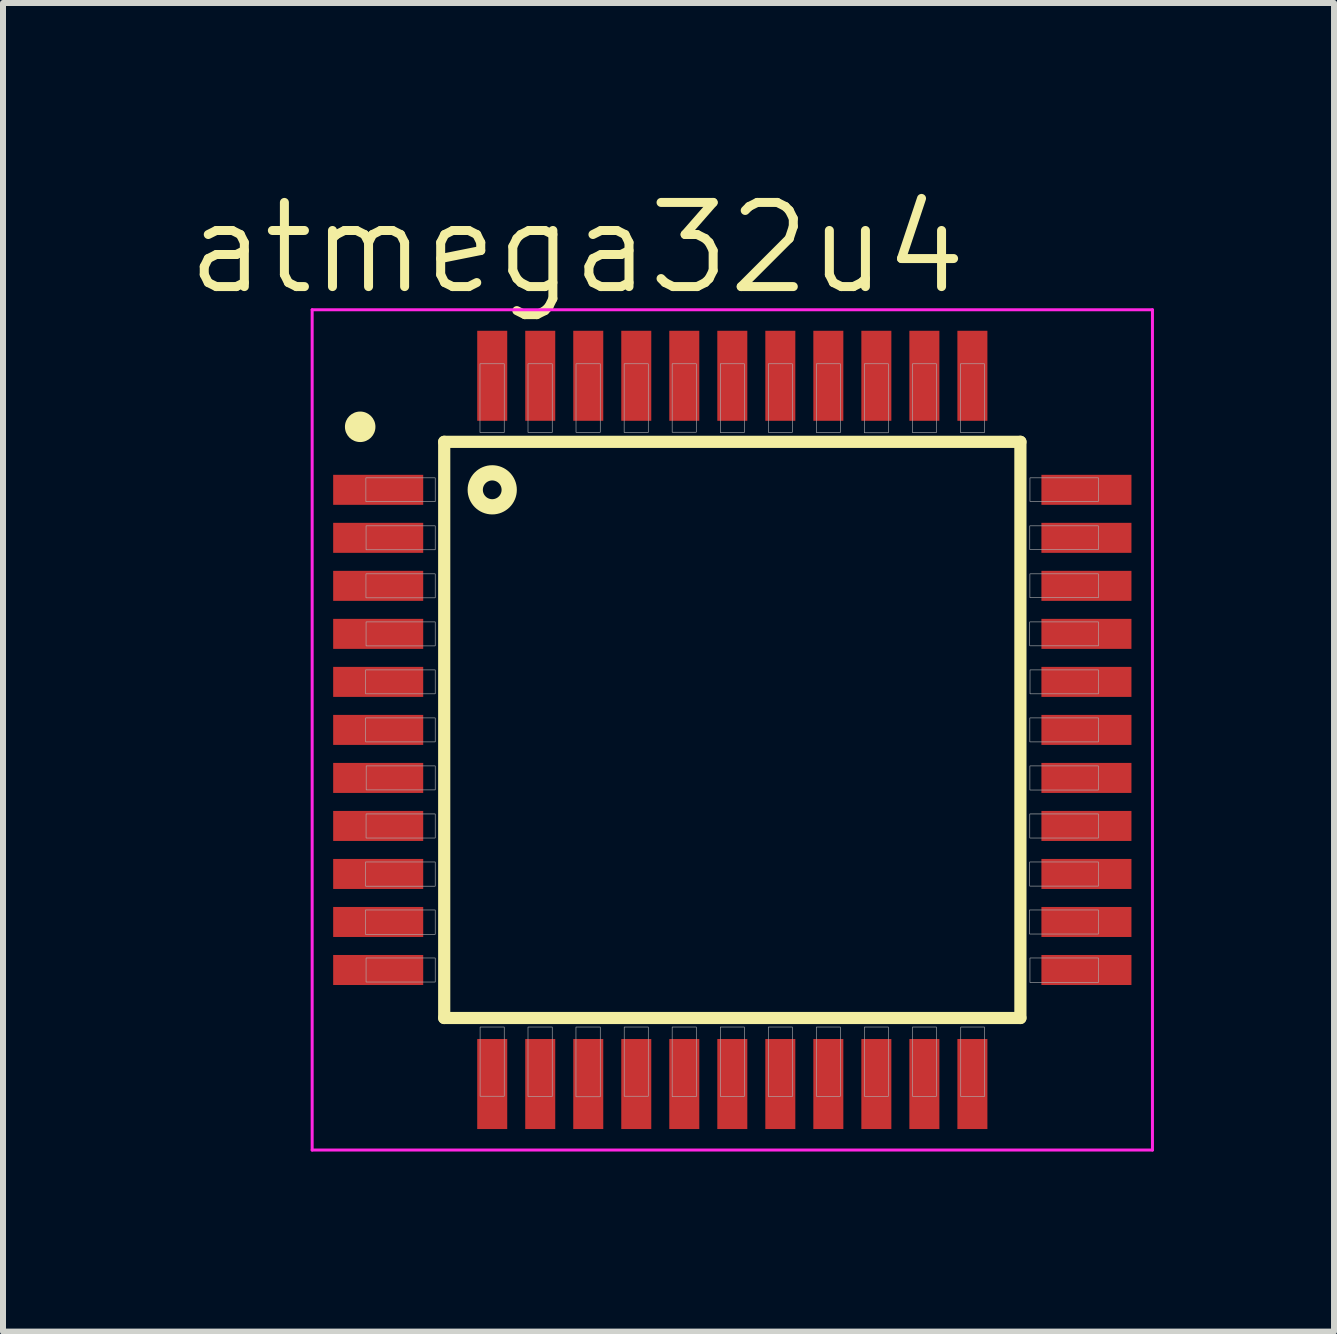
<source format=kicad_pcb>
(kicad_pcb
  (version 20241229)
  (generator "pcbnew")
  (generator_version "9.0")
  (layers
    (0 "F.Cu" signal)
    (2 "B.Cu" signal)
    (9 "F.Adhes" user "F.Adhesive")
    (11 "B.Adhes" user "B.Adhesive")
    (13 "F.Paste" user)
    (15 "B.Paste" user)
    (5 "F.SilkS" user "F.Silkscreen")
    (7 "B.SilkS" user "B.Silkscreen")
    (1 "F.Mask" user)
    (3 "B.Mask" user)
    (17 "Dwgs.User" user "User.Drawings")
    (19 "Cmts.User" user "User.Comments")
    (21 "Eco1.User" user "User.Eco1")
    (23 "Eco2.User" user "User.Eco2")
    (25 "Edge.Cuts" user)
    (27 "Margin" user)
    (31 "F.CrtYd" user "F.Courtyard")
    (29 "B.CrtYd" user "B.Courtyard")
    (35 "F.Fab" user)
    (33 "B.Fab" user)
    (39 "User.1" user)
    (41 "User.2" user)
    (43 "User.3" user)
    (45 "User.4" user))
  (footprint "atmega32u4"
    (layer "F.Cu")
    (at 9.151 9.111)
    (property "Reference" "atmega32u4" (at -2.589 -8.027 0) (layer "F.SilkS") (effects (font (size 1.402 1.402) (thickness 0.15))))
    (attr smd)
    (fp_line (start -4.8 -4.8) (end 4.8 -4.8) (stroke (width 0.203) (type solid)) (layer "F.SilkS"))
    (fp_line (start -4.8 4.8) (end -4.8 -4.8) (stroke (width 0.203) (type solid)) (layer "F.SilkS"))
    (fp_line (start 4.8 -4.8) (end 4.8 4.8) (stroke (width 0.203) (type solid)) (layer "F.SilkS"))
    (fp_line (start 4.8 4.8) (end -4.8 4.8) (stroke (width 0.203) (type solid)) (layer "F.SilkS"))
    (fp_circle (center -6.2 -5.05) (end -5.946 -5.05) (stroke (width 0) (type solid)) (fill yes) (layer "F.SilkS"))
    (fp_circle (center -4 -4) (end -3.717 -4) (stroke (width 0.254) (type solid)) (fill no) (layer "F.SilkS"))
    (fp_line (start -7 -7) (end 7 -7) (stroke (width 0.05) (type solid)) (layer "F.CrtYd"))
    (fp_line (start -7 7) (end -7 -7) (stroke (width 0.05) (type solid)) (layer "F.CrtYd"))
    (fp_line (start 7 -7) (end 7 7) (stroke (width 0.05) (type solid)) (layer "F.CrtYd"))
    (fp_line (start 7 7) (end -7 7) (stroke (width 0.05) (type solid)) (layer "F.CrtYd"))
    (fp_poly (pts (xy -6.112 3) (xy -4.95 3) (xy -4.95 3.407) (xy -6.112 3.407)) (stroke (width 0.01) (type solid)) (fill no) (layer "F.Fab"))
    (fp_poly (pts (xy -6.11 2.2) (xy -4.95 2.2) (xy -4.95 2.604) (xy -6.11 2.604)) (stroke (width 0.01) (type solid)) (fill no) (layer "F.Fab"))
    (fp_poly (pts (xy -6.109 -1) (xy -4.95 -1) (xy -4.95 -0.601) (xy -6.109 -0.601)) (stroke (width 0.01) (type solid)) (fill no) (layer "F.Fab"))
    (fp_poly (pts (xy -6.109 -0.2) (xy -4.95 -0.2) (xy -4.95 0.2) (xy -6.109 0.2)) (stroke (width 0.01) (type solid)) (fill no) (layer "F.Fab"))
    (fp_poly (pts (xy -6.105 -4.2) (xy -4.95 -4.2) (xy -4.95 -3.803) (xy -6.105 -3.803)) (stroke (width 0.01) (type solid)) (fill no) (layer "F.Fab"))
    (fp_poly (pts (xy -6.104 -2.6) (xy -4.95 -2.6) (xy -4.95 -2.201) (xy -6.104 -2.201)) (stroke (width 0.01) (type solid)) (fill no) (layer "F.Fab"))
    (fp_poly (pts (xy -6.102 1.4) (xy -4.95 1.4) (xy -4.95 1.801) (xy -6.102 1.801)) (stroke (width 0.01) (type solid)) (fill no) (layer "F.Fab"))
    (fp_poly (pts (xy -6.102 -1.8) (xy -4.95 -1.8) (xy -4.95 -1.4) (xy -6.102 -1.4)) (stroke (width 0.01) (type solid)) (fill no) (layer "F.Fab"))
    (fp_poly (pts (xy -6.102 3.8) (xy -4.95 3.8) (xy -4.95 4.201) (xy -6.102 4.201)) (stroke (width 0.01) (type solid)) (fill no) (layer "F.Fab"))
    (fp_poly (pts (xy -6.102 -3.4) (xy -4.95 -3.4) (xy -4.95 -3.001) (xy -6.102 -3.001)) (stroke (width 0.01) (type solid)) (fill no) (layer "F.Fab"))
    (fp_poly (pts (xy -6.1 0.6) (xy -4.95 0.6) (xy -4.95 1) (xy -6.1 1)) (stroke (width 0.01) (type solid)) (fill no) (layer "F.Fab"))
    (fp_poly (pts (xy -4.204 -6.1) (xy -3.8 -6.1) (xy -3.8 -4.955) (xy -4.204 -4.955)) (stroke (width 0.01) (type solid)) (fill no) (layer "F.Fab"))
    (fp_poly (pts (xy -4.202 4.95) (xy -3.8 4.95) (xy -3.8 6.103) (xy -4.202 6.103)) (stroke (width 0.01) (type solid)) (fill no) (layer "F.Fab"))
    (fp_poly (pts (xy -3.404 -6.1) (xy -3 -6.1) (xy -3 -4.956) (xy -3.404 -4.956)) (stroke (width 0.01) (type solid)) (fill no) (layer "F.Fab"))
    (fp_poly (pts (xy -3.404 4.95) (xy -3 4.95) (xy -3 6.107) (xy -3.404 6.107)) (stroke (width 0.01) (type solid)) (fill no) (layer "F.Fab"))
    (fp_poly (pts (xy -2.605 4.95) (xy -2.2 4.95) (xy -2.2 6.112) (xy -2.605 6.112)) (stroke (width 0.01) (type solid)) (fill no) (layer "F.Fab"))
    (fp_poly (pts (xy -2.604 -6.1) (xy -2.2 -6.1) (xy -2.2 -4.958) (xy -2.604 -4.958)) (stroke (width 0.01) (type solid)) (fill no) (layer "F.Fab"))
    (fp_poly (pts (xy -1.802 -6.1) (xy -1.4 -6.1) (xy -1.4 -4.956) (xy -1.802 -4.956)) (stroke (width 0.01) (type solid)) (fill no) (layer "F.Fab"))
    (fp_poly (pts (xy -1.801 4.95) (xy -1.4 4.95) (xy -1.4 6.103) (xy -1.801 6.103)) (stroke (width 0.01) (type solid)) (fill no) (layer "F.Fab"))
    (fp_poly (pts (xy -1.002 -6.1) (xy -0.6 -6.1) (xy -0.6 -4.959) (xy -1.002 -4.959)) (stroke (width 0.01) (type solid)) (fill no) (layer "F.Fab"))
    (fp_poly (pts (xy -1.002 4.95) (xy -0.6 4.95) (xy -0.6 6.11) (xy -1.002 6.11)) (stroke (width 0.01) (type solid)) (fill no) (layer "F.Fab"))
    (fp_poly (pts (xy -0.2 4.95) (xy 0.2 4.95) (xy 0.2 6.106) (xy -0.2 6.106)) (stroke (width 0.01) (type solid)) (fill no) (layer "F.Fab"))
    (fp_poly (pts (xy -0.2 -6.1) (xy 0.2 -6.1) (xy 0.2 -4.954) (xy -0.2 -4.954)) (stroke (width 0.01) (type solid)) (fill no) (layer "F.Fab"))
    (fp_poly (pts (xy 0.601 4.95) (xy 1 4.95) (xy 1 6.109) (xy 0.601 6.109)) (stroke (width 0.01) (type solid)) (fill no) (layer "F.Fab"))
    (fp_poly (pts (xy 0.601 -6.1) (xy 1 -6.1) (xy 1 -4.957) (xy 0.601 -4.957)) (stroke (width 0.01) (type solid)) (fill no) (layer "F.Fab"))
    (fp_poly (pts (xy 1.401 4.95) (xy 1.8 4.95) (xy 1.8 6.104) (xy 1.401 6.104)) (stroke (width 0.01) (type solid)) (fill no) (layer "F.Fab"))
    (fp_poly (pts (xy 1.401 -6.1) (xy 1.8 -6.1) (xy 1.8 -4.954) (xy 1.401 -4.954)) (stroke (width 0.01) (type solid)) (fill no) (layer "F.Fab"))
    (fp_poly (pts (xy 2.2 -6.1) (xy 2.6 -6.1) (xy 2.6 -4.951) (xy 2.2 -4.951)) (stroke (width 0.01) (type solid)) (fill no) (layer "F.Fab"))
    (fp_poly (pts (xy 2.201 4.95) (xy 2.6 4.95) (xy 2.6 6.104) (xy 2.201 6.104)) (stroke (width 0.01) (type solid)) (fill no) (layer "F.Fab"))
    (fp_poly (pts (xy 3.002 -6.1) (xy 3.4 -6.1) (xy 3.4 -4.953) (xy 3.002 -4.953)) (stroke (width 0.01) (type solid)) (fill no) (layer "F.Fab"))
    (fp_poly (pts (xy 3.003 4.95) (xy 3.4 4.95) (xy 3.4 6.106) (xy 3.003 6.106)) (stroke (width 0.01) (type solid)) (fill no) (layer "F.Fab"))
    (fp_poly (pts (xy 3.802 -6.1) (xy 4.2 -6.1) (xy 4.2 -4.953) (xy 3.802 -4.953)) (stroke (width 0.01) (type solid)) (fill no) (layer "F.Fab"))
    (fp_poly (pts (xy 3.806 4.95) (xy 4.2 4.95) (xy 4.2 6.109) (xy 3.806 6.109)) (stroke (width 0.01) (type solid)) (fill no) (layer "F.Fab"))
    (fp_poly (pts (xy 4.951 3) (xy 6.1 3) (xy 6.1 3.401) (xy 4.951 3.401)) (stroke (width 0.01) (type solid)) (fill no) (layer "F.Fab"))
    (fp_poly (pts (xy 4.954 2.2) (xy 6.1 2.2) (xy 6.1 2.602) (xy 4.954 2.602)) (stroke (width 0.01) (type solid)) (fill no) (layer "F.Fab"))
    (fp_poly (pts (xy 4.955 -1.8) (xy 6.1 -1.8) (xy 6.1 -1.401) (xy 4.955 -1.401)) (stroke (width 0.01) (type solid)) (fill no) (layer "F.Fab"))
    (fp_poly (pts (xy 4.956 1.4) (xy 6.1 1.4) (xy 6.1 1.802) (xy 4.956 1.802)) (stroke (width 0.01) (type solid)) (fill no) (layer "F.Fab"))
    (fp_poly (pts (xy 4.956 -3.4) (xy 6.1 -3.4) (xy 6.1 -3.004) (xy 4.956 -3.004)) (stroke (width 0.01) (type solid)) (fill no) (layer "F.Fab"))
    (fp_poly (pts (xy 4.957 -0.2) (xy 6.1 -0.2) (xy 6.1 0.2) (xy 4.957 0.2)) (stroke (width 0.01) (type solid)) (fill no) (layer "F.Fab"))
    (fp_poly (pts (xy 4.958 -2.6) (xy 6.1 -2.6) (xy 6.1 -2.203) (xy 4.958 -2.203)) (stroke (width 0.01) (type solid)) (fill no) (layer "F.Fab"))
    (fp_poly (pts (xy 4.958 0.6) (xy 6.1 0.6) (xy 6.1 1.002) (xy 4.958 1.002)) (stroke (width 0.01) (type solid)) (fill no) (layer "F.Fab"))
    (fp_poly (pts (xy 4.959 -4.2) (xy 6.1 -4.2) (xy 6.1 -3.807) (xy 4.959 -3.807)) (stroke (width 0.01) (type solid)) (fill no) (layer "F.Fab"))
    (fp_poly (pts (xy 4.959 3.8) (xy 6.1 3.8) (xy 6.1 4.208) (xy 4.959 4.208)) (stroke (width 0.01) (type solid)) (fill no) (layer "F.Fab"))
    (fp_poly (pts (xy 4.96 -1) (xy 6.1 -1) (xy 6.1 -0.601) (xy 4.96 -0.601)) (stroke (width 0.01) (type solid)) (fill no) (layer "F.Fab"))
    (pad "1" smd rect (at -5.9 -4) (size 1.5 0.5) (layers "F.Cu" "F.Mask" "F.Paste"))
    (pad "2" smd rect (at -5.9 -3.2) (size 1.5 0.5) (layers "F.Cu" "F.Mask" "F.Paste"))
    (pad "3" smd rect (at -5.9 -2.4) (size 1.5 0.5) (layers "F.Cu" "F.Mask" "F.Paste"))
    (pad "4" smd rect (at -5.9 -1.6) (size 1.5 0.5) (layers "F.Cu" "F.Mask" "F.Paste"))
    (pad "5" smd rect (at -5.9 -0.8) (size 1.5 0.5) (layers "F.Cu" "F.Mask" "F.Paste"))
    (pad "6" smd rect (at -5.9 0) (size 1.5 0.5) (layers "F.Cu" "F.Mask" "F.Paste"))
    (pad "7" smd rect (at -5.9 0.8) (size 1.5 0.5) (layers "F.Cu" "F.Mask" "F.Paste"))
    (pad "8" smd rect (at -5.9 1.6) (size 1.5 0.5) (layers "F.Cu" "F.Mask" "F.Paste"))
    (pad "9" smd rect (at -5.9 2.4) (size 1.5 0.5) (layers "F.Cu" "F.Mask" "F.Paste"))
    (pad "10" smd rect (at -5.9 3.2) (size 1.5 0.5) (layers "F.Cu" "F.Mask" "F.Paste"))
    (pad "11" smd rect (at -5.9 4) (size 1.5 0.5) (layers "F.Cu" "F.Mask" "F.Paste"))
    (pad "12" smd rect (at -4 5.9) (size 0.5 1.5) (layers "F.Cu" "F.Mask" "F.Paste"))
    (pad "13" smd rect (at -3.2 5.9) (size 0.5 1.5) (layers "F.Cu" "F.Mask" "F.Paste"))
    (pad "14" smd rect (at -2.4 5.9) (size 0.5 1.5) (layers "F.Cu" "F.Mask" "F.Paste"))
    (pad "15" smd rect (at -1.6 5.9) (size 0.5 1.5) (layers "F.Cu" "F.Mask" "F.Paste"))
    (pad "16" smd rect (at -0.8 5.9) (size 0.5 1.5) (layers "F.Cu" "F.Mask" "F.Paste"))
    (pad "17" smd rect (at 0 5.9) (size 0.5 1.5) (layers "F.Cu" "F.Mask" "F.Paste"))
    (pad "18" smd rect (at 0.8 5.9) (size 0.5 1.5) (layers "F.Cu" "F.Mask" "F.Paste"))
    (pad "19" smd rect (at 1.6 5.9) (size 0.5 1.5) (layers "F.Cu" "F.Mask" "F.Paste"))
    (pad "20" smd rect (at 2.4 5.9) (size 0.5 1.5) (layers "F.Cu" "F.Mask" "F.Paste"))
    (pad "21" smd rect (at 3.2 5.9) (size 0.5 1.5) (layers "F.Cu" "F.Mask" "F.Paste"))
    (pad "22" smd rect (at 4 5.9) (size 0.5 1.5) (layers "F.Cu" "F.Mask" "F.Paste"))
    (pad "23" smd rect (at 5.9 4) (size 1.5 0.5) (layers "F.Cu" "F.Mask" "F.Paste"))
    (pad "24" smd rect (at 5.9 3.2) (size 1.5 0.5) (layers "F.Cu" "F.Mask" "F.Paste"))
    (pad "25" smd rect (at 5.9 2.4) (size 1.5 0.5) (layers "F.Cu" "F.Mask" "F.Paste"))
    (pad "26" smd rect (at 5.9 1.6) (size 1.5 0.5) (layers "F.Cu" "F.Mask" "F.Paste"))
    (pad "27" smd rect (at 5.9 0.8) (size 1.5 0.5) (layers "F.Cu" "F.Mask" "F.Paste"))
    (pad "28" smd rect (at 5.9 0) (size 1.5 0.5) (layers "F.Cu" "F.Mask" "F.Paste"))
    (pad "29" smd rect (at 5.9 -0.8) (size 1.5 0.5) (layers "F.Cu" "F.Mask" "F.Paste"))
    (pad "30" smd rect (at 5.9 -1.6) (size 1.5 0.5) (layers "F.Cu" "F.Mask" "F.Paste"))
    (pad "31" smd rect (at 5.9 -2.4) (size 1.5 0.5) (layers "F.Cu" "F.Mask" "F.Paste"))
    (pad "32" smd rect (at 5.9 -3.2) (size 1.5 0.5) (layers "F.Cu" "F.Mask" "F.Paste"))
    (pad "33" smd rect (at 5.9 -4) (size 1.5 0.5) (layers "F.Cu" "F.Mask" "F.Paste"))
    (pad "34" smd rect (at 4 -5.9) (size 0.5 1.5) (layers "F.Cu" "F.Mask" "F.Paste"))
    (pad "35" smd rect (at 3.2 -5.9) (size 0.5 1.5) (layers "F.Cu" "F.Mask" "F.Paste"))
    (pad "36" smd rect (at 2.4 -5.9) (size 0.5 1.5) (layers "F.Cu" "F.Mask" "F.Paste"))
    (pad "37" smd rect (at 1.6 -5.9) (size 0.5 1.5) (layers "F.Cu" "F.Mask" "F.Paste"))
    (pad "38" smd rect (at 0.8 -5.9) (size 0.5 1.5) (layers "F.Cu" "F.Mask" "F.Paste"))
    (pad "39" smd rect (at 0 -5.9) (size 0.5 1.5) (layers "F.Cu" "F.Mask" "F.Paste"))
    (pad "40" smd rect (at -0.8 -5.9) (size 0.5 1.5) (layers "F.Cu" "F.Mask" "F.Paste"))
    (pad "41" smd rect (at -1.6 -5.9) (size 0.5 1.5) (layers "F.Cu" "F.Mask" "F.Paste"))
    (pad "42" smd rect (at -2.4 -5.9) (size 0.5 1.5) (layers "F.Cu" "F.Mask" "F.Paste"))
    (pad "43" smd rect (at -3.2 -5.9) (size 0.5 1.5) (layers "F.Cu" "F.Mask" "F.Paste"))
    (pad "44" smd rect (at -4 -5.9) (size 0.5 1.5) (layers "F.Cu" "F.Mask" "F.Paste")))
  (gr_rect
    (start -3 -3)
    (end 19.176 19.136)
    (stroke (width 0.1) (type default))
    (fill no)
    (layer "Edge.Cuts")))
</source>
